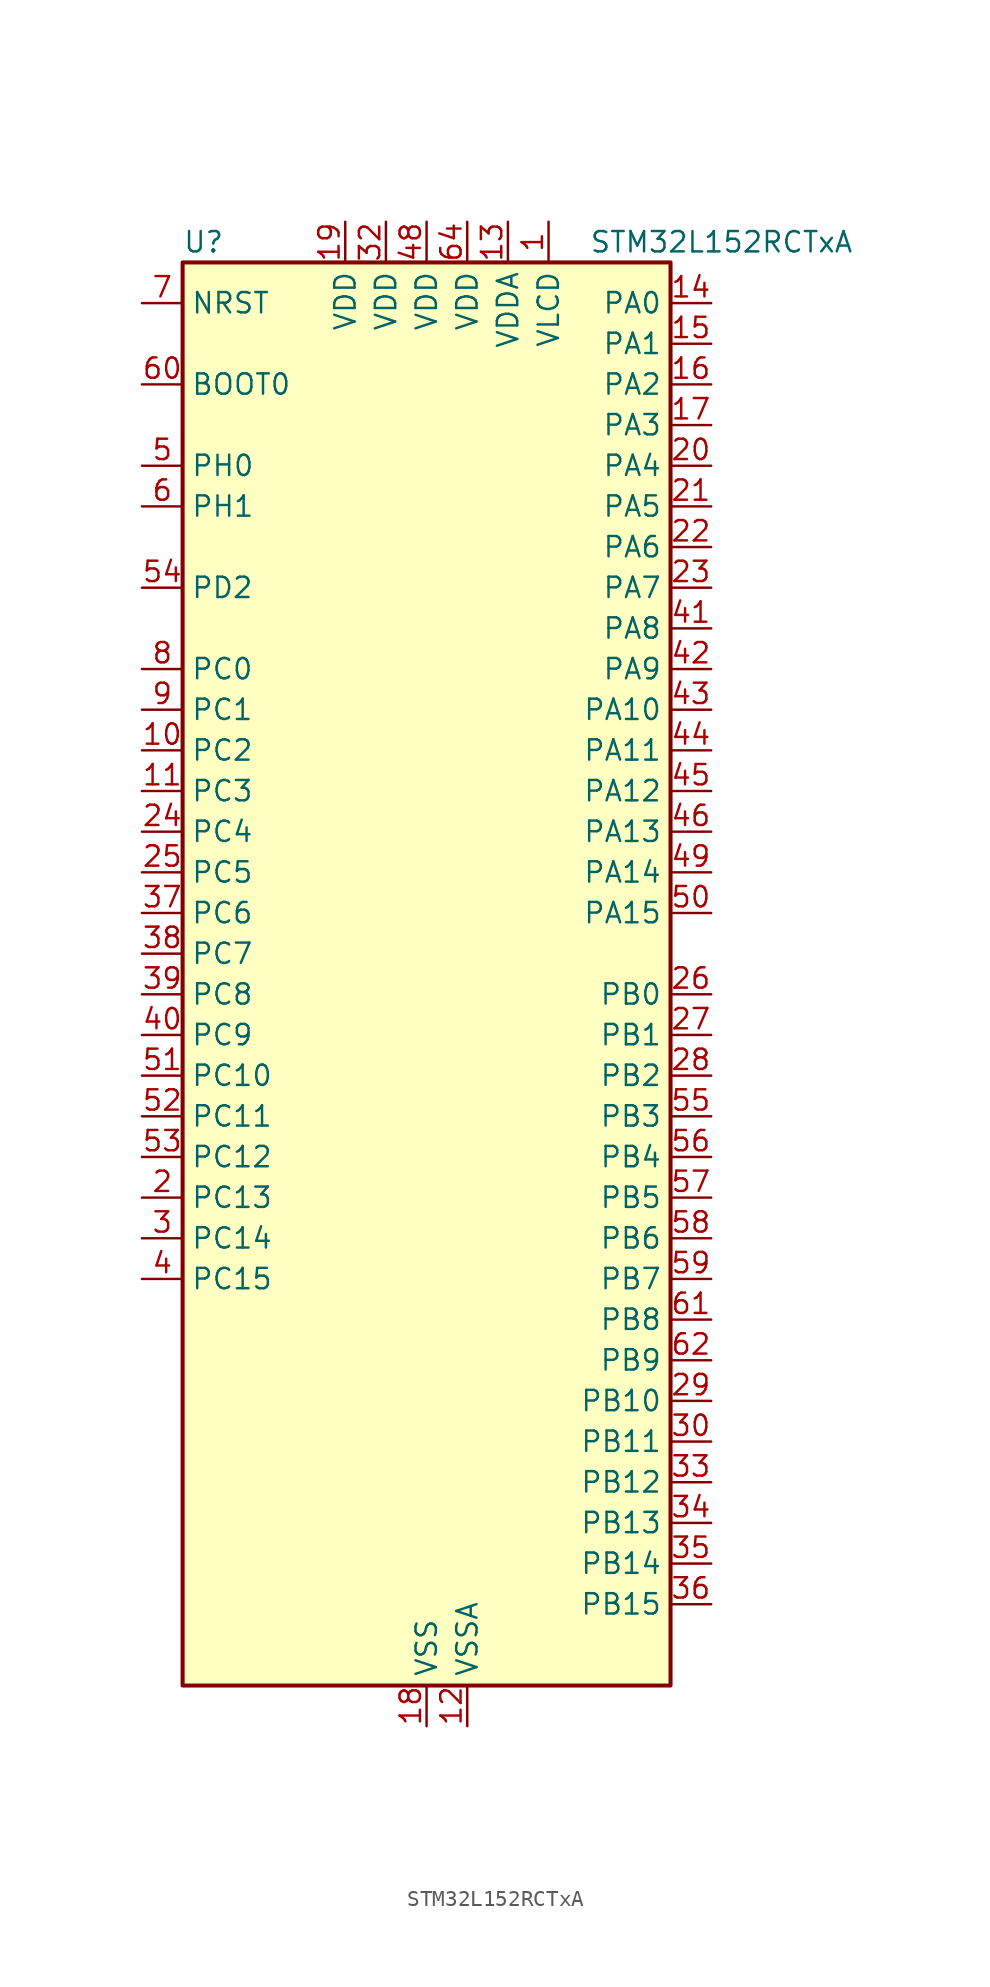
<source format=kicad_sym>
(kicad_symbol_lib
  (version 20231120)
  (generator "kicad-library-utils")
  (generator_version "8.0")
  (symbol "STM32L152RCTxA"
    (property "Reference" "U"
      (at -15.24 46.99 0)
      (effects (font (size 1.27 1.27)) (justify left)))
    (property "Value" "STM32L152RCTxA"
      (at 10.16 46.99 0)
      (effects (font (size 1.27 1.27)) (justify left)))
    (symbol "STM32L152RCTxA_0_1"
      (rectangle (start -15.24 -43.18) (end 15.24 45.72) (stroke (width 0.254) (type default)) (fill (type background))))
    (symbol "STM32L152RCTxA_1_1"
      (pin power_in line (at 7.62 48.26 270) (length 2.54) (name "VLCD" (effects (font (size 1.27 1.27)))) (number "1" (effects (font (size 1.27 1.27)))))
      (pin bidirectional line (at -17.78 15.24 0) (length 2.54) (name "PC2" (effects (font (size 1.27 1.27)))) (number "10" (effects (font (size 1.27 1.27)))) (alternate "ADC_IN12" bidirectional line) (alternate "COMP1_INP" bidirectional line) (alternate "LCD_SEG20" bidirectional line) (alternate "TIMX_IC3" bidirectional line) (alternate "TS_G8_IO3" bidirectional line))
      (pin bidirectional line (at -17.78 12.7 0) (length 2.54) (name "PC3" (effects (font (size 1.27 1.27)))) (number "11" (effects (font (size 1.27 1.27)))) (alternate "ADC_IN13" bidirectional line) (alternate "COMP1_INP" bidirectional line) (alternate "LCD_SEG21" bidirectional line) (alternate "TIMX_IC4" bidirectional line) (alternate "TS_G8_IO4" bidirectional line))
      (pin power_in line (at 2.54 -45.72 90) (length 2.54) (name "VSSA" (effects (font (size 1.27 1.27)))) (number "12" (effects (font (size 1.27 1.27)))))
      (pin power_in line (at 5.08 48.26 270) (length 2.54) (name "VDDA" (effects (font (size 1.27 1.27)))) (number "13" (effects (font (size 1.27 1.27)))))
      (pin bidirectional line (at 17.78 43.18 180) (length 2.54) (name "PA0" (effects (font (size 1.27 1.27)))) (number "14" (effects (font (size 1.27 1.27)))) (alternate "ADC_IN0" bidirectional line) (alternate "COMP1_INP" bidirectional line) (alternate "RTC_TAMP2" bidirectional line) (alternate "SYS_WKUP1" bidirectional line) (alternate "TIM2_CH1" bidirectional line) (alternate "TIM2_ETR" bidirectional line) (alternate "TIM5_CH1" bidirectional line) (alternate "TIMX_IC1" bidirectional line) (alternate "TS_G1_IO1" bidirectional line) (alternate "USART2_CTS" bidirectional line))
      (pin bidirectional line (at 17.78 40.64 180) (length 2.54) (name "PA1" (effects (font (size 1.27 1.27)))) (number "15" (effects (font (size 1.27 1.27)))) (alternate "ADC_IN1" bidirectional line) (alternate "COMP1_INP" bidirectional line) (alternate "LCD_SEG0" bidirectional line) (alternate "OPAMP1_VINP" bidirectional line) (alternate "TIM2_CH2" bidirectional line) (alternate "TIM5_CH2" bidirectional line) (alternate "TIMX_IC2" bidirectional line) (alternate "TS_G1_IO2" bidirectional line) (alternate "USART2_RTS" bidirectional line))
      (pin bidirectional line (at 17.78 38.1 180) (length 2.54) (name "PA2" (effects (font (size 1.27 1.27)))) (number "16" (effects (font (size 1.27 1.27)))) (alternate "ADC_IN2" bidirectional line) (alternate "COMP1_INP" bidirectional line) (alternate "LCD_SEG1" bidirectional line) (alternate "OPAMP1_VINM" bidirectional line) (alternate "TIM2_CH3" bidirectional line) (alternate "TIM5_CH3" bidirectional line) (alternate "TIM9_CH1" bidirectional line) (alternate "TIMX_IC3" bidirectional line) (alternate "TS_G1_IO3" bidirectional line) (alternate "USART2_TX" bidirectional line))
      (pin bidirectional line (at 17.78 35.56 180) (length 2.54) (name "PA3" (effects (font (size 1.27 1.27)))) (number "17" (effects (font (size 1.27 1.27)))) (alternate "ADC_IN3" bidirectional line) (alternate "COMP1_INP" bidirectional line) (alternate "LCD_SEG2" bidirectional line) (alternate "OPAMP1_VOUT" bidirectional line) (alternate "TIM2_CH4" bidirectional line) (alternate "TIM5_CH4" bidirectional line) (alternate "TIM9_CH2" bidirectional line) (alternate "TIMX_IC4" bidirectional line) (alternate "TS_G1_IO4" bidirectional line) (alternate "USART2_RX" bidirectional line))
      (pin power_in line (at 0 -45.72 90) (length 2.54) (name "VSS" (effects (font (size 1.27 1.27)))) (number "18" (effects (font (size 1.27 1.27)))))
      (pin power_in line (at -5.08 48.26 270) (length 2.54) (name "VDD" (effects (font (size 1.27 1.27)))) (number "19" (effects (font (size 1.27 1.27)))))
      (pin bidirectional line (at -17.78 -12.7 0) (length 2.54) (name "PC13" (effects (font (size 1.27 1.27)))) (number "2" (effects (font (size 1.27 1.27)))) (alternate "RTC_OUT_ALARM" bidirectional line) (alternate "RTC_OUT_CALIB" bidirectional line) (alternate "RTC_TAMP1" bidirectional line) (alternate "RTC_TS" bidirectional line) (alternate "SYS_WKUP2" bidirectional line) (alternate "TIMX_IC2" bidirectional line))
      (pin bidirectional line (at 17.78 33.02 180) (length 2.54) (name "PA4" (effects (font (size 1.27 1.27)))) (number "20" (effects (font (size 1.27 1.27)))) (alternate "ADC_IN4" bidirectional line) (alternate "COMP1_INP" bidirectional line) (alternate "DAC_OUT1" bidirectional line) (alternate "I2S3_WS" bidirectional line) (alternate "SPI1_NSS" bidirectional line) (alternate "SPI3_NSS" bidirectional line) (alternate "TIMX_IC1" bidirectional line) (alternate "USART2_CK" bidirectional line))
      (pin bidirectional line (at 17.78 30.48 180) (length 2.54) (name "PA5" (effects (font (size 1.27 1.27)))) (number "21" (effects (font (size 1.27 1.27)))) (alternate "ADC_IN5" bidirectional line) (alternate "COMP1_INP" bidirectional line) (alternate "DAC_OUT2" bidirectional line) (alternate "SPI1_SCK" bidirectional line) (alternate "TIM2_CH1" bidirectional line) (alternate "TIM2_ETR" bidirectional line) (alternate "TIMX_IC2" bidirectional line))
      (pin bidirectional line (at 17.78 27.94 180) (length 2.54) (name "PA6" (effects (font (size 1.27 1.27)))) (number "22" (effects (font (size 1.27 1.27)))) (alternate "ADC_IN6" bidirectional line) (alternate "COMP1_INP" bidirectional line) (alternate "LCD_SEG3" bidirectional line) (alternate "OPAMP2_VINP" bidirectional line) (alternate "SPI1_MISO" bidirectional line) (alternate "TIM10_CH1" bidirectional line) (alternate "TIM3_CH1" bidirectional line) (alternate "TIMX_IC3" bidirectional line) (alternate "TS_G2_IO1" bidirectional line))
      (pin bidirectional line (at 17.78 25.4 180) (length 2.54) (name "PA7" (effects (font (size 1.27 1.27)))) (number "23" (effects (font (size 1.27 1.27)))) (alternate "ADC_IN7" bidirectional line) (alternate "COMP1_INP" bidirectional line) (alternate "LCD_SEG4" bidirectional line) (alternate "OPAMP2_VINM" bidirectional line) (alternate "SPI1_MOSI" bidirectional line) (alternate "TIM11_CH1" bidirectional line) (alternate "TIM3_CH2" bidirectional line) (alternate "TIMX_IC4" bidirectional line) (alternate "TS_G2_IO2" bidirectional line))
      (pin bidirectional line (at -17.78 10.16 0) (length 2.54) (name "PC4" (effects (font (size 1.27 1.27)))) (number "24" (effects (font (size 1.27 1.27)))) (alternate "ADC_IN14" bidirectional line) (alternate "COMP1_INP" bidirectional line) (alternate "LCD_SEG22" bidirectional line) (alternate "TIMX_IC1" bidirectional line) (alternate "TS_G9_IO1" bidirectional line))
      (pin bidirectional line (at -17.78 7.62 0) (length 2.54) (name "PC5" (effects (font (size 1.27 1.27)))) (number "25" (effects (font (size 1.27 1.27)))) (alternate "ADC_IN15" bidirectional line) (alternate "COMP1_INP" bidirectional line) (alternate "LCD_SEG23" bidirectional line) (alternate "TIMX_IC2" bidirectional line) (alternate "TS_G9_IO2" bidirectional line))
      (pin bidirectional line (at 17.78 0 180) (length 2.54) (name "PB0" (effects (font (size 1.27 1.27)))) (number "26" (effects (font (size 1.27 1.27)))) (alternate "ADC_IN8" bidirectional line) (alternate "COMP1_INP" bidirectional line) (alternate "LCD_SEG5" bidirectional line) (alternate "OPAMP2_VOUT" bidirectional line) (alternate "SYS_V_REF_OUT" bidirectional line) (alternate "TIM3_CH3" bidirectional line) (alternate "TS_G3_IO1" bidirectional line))
      (pin bidirectional line (at 17.78 -2.54 180) (length 2.54) (name "PB1" (effects (font (size 1.27 1.27)))) (number "27" (effects (font (size 1.27 1.27)))) (alternate "ADC_IN9" bidirectional line) (alternate "COMP1_INP" bidirectional line) (alternate "LCD_SEG6" bidirectional line) (alternate "SYS_V_REF_OUT" bidirectional line) (alternate "TIM3_CH4" bidirectional line) (alternate "TS_G3_IO2" bidirectional line))
      (pin bidirectional line (at 17.78 -5.08 180) (length 2.54) (name "PB2" (effects (font (size 1.27 1.27)))) (number "28" (effects (font (size 1.27 1.27)))) (alternate "TS_G3_IO3" bidirectional line))
      (pin bidirectional line (at 17.78 -25.4 180) (length 2.54) (name "PB10" (effects (font (size 1.27 1.27)))) (number "29" (effects (font (size 1.27 1.27)))) (alternate "I2C2_SCL" bidirectional line) (alternate "LCD_SEG10" bidirectional line) (alternate "TIM2_CH3" bidirectional line) (alternate "USART3_TX" bidirectional line))
      (pin bidirectional line (at -17.78 -15.24 0) (length 2.54) (name "PC14" (effects (font (size 1.27 1.27)))) (number "3" (effects (font (size 1.27 1.27)))) (alternate "RCC_OSC32_IN" bidirectional line) (alternate "TIMX_IC3" bidirectional line))
      (pin bidirectional line (at 17.78 -27.94 180) (length 2.54) (name "PB11" (effects (font (size 1.27 1.27)))) (number "30" (effects (font (size 1.27 1.27)))) (alternate "ADC_EXTI11" bidirectional line) (alternate "I2C2_SDA" bidirectional line) (alternate "LCD_SEG11" bidirectional line) (alternate "TIM2_CH4" bidirectional line) (alternate "USART3_RX" bidirectional line))
      (pin passive line (at 0 -45.72 90) (length 2.54) hide (name "VSS" (effects (font (size 1.27 1.27)))) (number "31" (effects (font (size 1.27 1.27)))))
      (pin power_in line (at -2.54 48.26 270) (length 2.54) (name "VDD" (effects (font (size 1.27 1.27)))) (number "32" (effects (font (size 1.27 1.27)))))
      (pin bidirectional line (at 17.78 -30.48 180) (length 2.54) (name "PB12" (effects (font (size 1.27 1.27)))) (number "33" (effects (font (size 1.27 1.27)))) (alternate "ADC_IN18" bidirectional line) (alternate "COMP1_INP" bidirectional line) (alternate "I2C2_SMBA" bidirectional line) (alternate "I2S2_WS" bidirectional line) (alternate "LCD_SEG12" bidirectional line) (alternate "SPI2_NSS" bidirectional line) (alternate "TIM10_CH1" bidirectional line) (alternate "TS_G7_IO1" bidirectional line) (alternate "USART3_CK" bidirectional line))
      (pin bidirectional line (at 17.78 -33.02 180) (length 2.54) (name "PB13" (effects (font (size 1.27 1.27)))) (number "34" (effects (font (size 1.27 1.27)))) (alternate "ADC_IN19" bidirectional line) (alternate "COMP1_INP" bidirectional line) (alternate "I2S2_CK" bidirectional line) (alternate "LCD_SEG13" bidirectional line) (alternate "SPI2_SCK" bidirectional line) (alternate "TIM9_CH1" bidirectional line) (alternate "TS_G7_IO2" bidirectional line) (alternate "USART3_CTS" bidirectional line))
      (pin bidirectional line (at 17.78 -35.56 180) (length 2.54) (name "PB14" (effects (font (size 1.27 1.27)))) (number "35" (effects (font (size 1.27 1.27)))) (alternate "ADC_IN20" bidirectional line) (alternate "COMP1_INP" bidirectional line) (alternate "LCD_SEG14" bidirectional line) (alternate "SPI2_MISO" bidirectional line) (alternate "TIM9_CH2" bidirectional line) (alternate "TS_G7_IO3" bidirectional line) (alternate "USART3_RTS" bidirectional line))
      (pin bidirectional line (at 17.78 -38.1 180) (length 2.54) (name "PB15" (effects (font (size 1.27 1.27)))) (number "36" (effects (font (size 1.27 1.27)))) (alternate "ADC_EXTI15" bidirectional line) (alternate "ADC_IN21" bidirectional line) (alternate "COMP1_INP" bidirectional line) (alternate "I2S2_SD" bidirectional line) (alternate "LCD_SEG15" bidirectional line) (alternate "RTC_REFIN" bidirectional line) (alternate "SPI2_MOSI" bidirectional line) (alternate "TIM11_CH1" bidirectional line) (alternate "TS_G7_IO4" bidirectional line))
      (pin bidirectional line (at -17.78 5.08 0) (length 2.54) (name "PC6" (effects (font (size 1.27 1.27)))) (number "37" (effects (font (size 1.27 1.27)))) (alternate "I2S2_MCK" bidirectional line) (alternate "LCD_SEG24" bidirectional line) (alternate "TIM3_CH1" bidirectional line) (alternate "TIMX_IC3" bidirectional line) (alternate "TS_G10_IO1" bidirectional line))
      (pin bidirectional line (at -17.78 2.54 0) (length 2.54) (name "PC7" (effects (font (size 1.27 1.27)))) (number "38" (effects (font (size 1.27 1.27)))) (alternate "I2S3_MCK" bidirectional line) (alternate "LCD_SEG25" bidirectional line) (alternate "TIM3_CH2" bidirectional line) (alternate "TIMX_IC4" bidirectional line) (alternate "TS_G10_IO2" bidirectional line))
      (pin bidirectional line (at -17.78 0 0) (length 2.54) (name "PC8" (effects (font (size 1.27 1.27)))) (number "39" (effects (font (size 1.27 1.27)))) (alternate "LCD_SEG26" bidirectional line) (alternate "TIM3_CH3" bidirectional line) (alternate "TIMX_IC1" bidirectional line) (alternate "TS_G10_IO3" bidirectional line))
      (pin bidirectional line (at -17.78 -17.78 0) (length 2.54) (name "PC15" (effects (font (size 1.27 1.27)))) (number "4" (effects (font (size 1.27 1.27)))) (alternate "ADC_EXTI15" bidirectional line) (alternate "RCC_OSC32_OUT" bidirectional line) (alternate "TIMX_IC4" bidirectional line))
      (pin bidirectional line (at -17.78 -2.54 0) (length 2.54) (name "PC9" (effects (font (size 1.27 1.27)))) (number "40" (effects (font (size 1.27 1.27)))) (alternate "DAC_EXTI9" bidirectional line) (alternate "LCD_SEG27" bidirectional line) (alternate "TIM3_CH4" bidirectional line) (alternate "TIMX_IC2" bidirectional line) (alternate "TS_G10_IO4" bidirectional line))
      (pin bidirectional line (at 17.78 22.86 180) (length 2.54) (name "PA8" (effects (font (size 1.27 1.27)))) (number "41" (effects (font (size 1.27 1.27)))) (alternate "LCD_COM0" bidirectional line) (alternate "RCC_MCO" bidirectional line) (alternate "TIMX_IC1" bidirectional line) (alternate "TS_G4_IO1" bidirectional line) (alternate "USART1_CK" bidirectional line))
      (pin bidirectional line (at 17.78 20.32 180) (length 2.54) (name "PA9" (effects (font (size 1.27 1.27)))) (number "42" (effects (font (size 1.27 1.27)))) (alternate "DAC_EXTI9" bidirectional line) (alternate "LCD_COM1" bidirectional line) (alternate "TIMX_IC2" bidirectional line) (alternate "TS_G4_IO2" bidirectional line) (alternate "USART1_TX" bidirectional line))
      (pin bidirectional line (at 17.78 17.78 180) (length 2.54) (name "PA10" (effects (font (size 1.27 1.27)))) (number "43" (effects (font (size 1.27 1.27)))) (alternate "LCD_COM2" bidirectional line) (alternate "TIMX_IC3" bidirectional line) (alternate "TS_G4_IO3" bidirectional line) (alternate "USART1_RX" bidirectional line))
      (pin bidirectional line (at 17.78 15.24 180) (length 2.54) (name "PA11" (effects (font (size 1.27 1.27)))) (number "44" (effects (font (size 1.27 1.27)))) (alternate "ADC_EXTI11" bidirectional line) (alternate "SPI1_MISO" bidirectional line) (alternate "TIMX_IC4" bidirectional line) (alternate "USART1_CTS" bidirectional line) (alternate "USB_DM" bidirectional line))
      (pin bidirectional line (at 17.78 12.7 180) (length 2.54) (name "PA12" (effects (font (size 1.27 1.27)))) (number "45" (effects (font (size 1.27 1.27)))) (alternate "SPI1_MOSI" bidirectional line) (alternate "TIMX_IC1" bidirectional line) (alternate "USART1_RTS" bidirectional line) (alternate "USB_DP" bidirectional line))
      (pin bidirectional line (at 17.78 10.16 180) (length 2.54) (name "PA13" (effects (font (size 1.27 1.27)))) (number "46" (effects (font (size 1.27 1.27)))) (alternate "SYS_JTMS-SWDIO" bidirectional line) (alternate "TIMX_IC2" bidirectional line) (alternate "TS_G5_IO1" bidirectional line))
      (pin passive line (at 0 -45.72 90) (length 2.54) hide (name "VSS" (effects (font (size 1.27 1.27)))) (number "47" (effects (font (size 1.27 1.27)))))
      (pin power_in line (at 0 48.26 270) (length 2.54) (name "VDD" (effects (font (size 1.27 1.27)))) (number "48" (effects (font (size 1.27 1.27)))))
      (pin bidirectional line (at 17.78 7.62 180) (length 2.54) (name "PA14" (effects (font (size 1.27 1.27)))) (number "49" (effects (font (size 1.27 1.27)))) (alternate "SYS_JTCK-SWCLK" bidirectional line) (alternate "TIMX_IC3" bidirectional line) (alternate "TS_G5_IO2" bidirectional line))
      (pin bidirectional line (at -17.78 33.02 0) (length 2.54) (name "PH0" (effects (font (size 1.27 1.27)))) (number "5" (effects (font (size 1.27 1.27)))) (alternate "RCC_OSC_IN" bidirectional line))
      (pin bidirectional line (at 17.78 5.08 180) (length 2.54) (name "PA15" (effects (font (size 1.27 1.27)))) (number "50" (effects (font (size 1.27 1.27)))) (alternate "ADC_EXTI15" bidirectional line) (alternate "I2S3_WS" bidirectional line) (alternate "LCD_SEG17" bidirectional line) (alternate "SPI1_NSS" bidirectional line) (alternate "SPI3_NSS" bidirectional line) (alternate "SYS_JTDI" bidirectional line) (alternate "TIM2_CH1" bidirectional line) (alternate "TIM2_ETR" bidirectional line) (alternate "TIMX_IC4" bidirectional line) (alternate "TS_G5_IO3" bidirectional line))
      (pin bidirectional line (at -17.78 -5.08 0) (length 2.54) (name "PC10" (effects (font (size 1.27 1.27)))) (number "51" (effects (font (size 1.27 1.27)))) (alternate "I2S3_CK" bidirectional line) (alternate "LCD_COM4" bidirectional line) (alternate "LCD_SEG28" bidirectional line) (alternate "LCD_SEG40" bidirectional line) (alternate "SPI3_SCK" bidirectional line) (alternate "TIMX_IC3" bidirectional line) (alternate "USART3_TX" bidirectional line))
      (pin bidirectional line (at -17.78 -7.62 0) (length 2.54) (name "PC11" (effects (font (size 1.27 1.27)))) (number "52" (effects (font (size 1.27 1.27)))) (alternate "ADC_EXTI11" bidirectional line) (alternate "LCD_COM5" bidirectional line) (alternate "LCD_SEG29" bidirectional line) (alternate "LCD_SEG41" bidirectional line) (alternate "SPI3_MISO" bidirectional line) (alternate "TIMX_IC4" bidirectional line) (alternate "USART3_RX" bidirectional line))
      (pin bidirectional line (at -17.78 -10.16 0) (length 2.54) (name "PC12" (effects (font (size 1.27 1.27)))) (number "53" (effects (font (size 1.27 1.27)))) (alternate "I2S3_SD" bidirectional line) (alternate "LCD_COM6" bidirectional line) (alternate "LCD_SEG30" bidirectional line) (alternate "LCD_SEG42" bidirectional line) (alternate "SPI3_MOSI" bidirectional line) (alternate "TIMX_IC1" bidirectional line) (alternate "USART3_CK" bidirectional line))
      (pin bidirectional line (at -17.78 25.4 0) (length 2.54) (name "PD2" (effects (font (size 1.27 1.27)))) (number "54" (effects (font (size 1.27 1.27)))) (alternate "LCD_COM7" bidirectional line) (alternate "LCD_SEG31" bidirectional line) (alternate "LCD_SEG43" bidirectional line) (alternate "TIM3_ETR" bidirectional line) (alternate "TIMX_IC3" bidirectional line))
      (pin bidirectional line (at 17.78 -7.62 180) (length 2.54) (name "PB3" (effects (font (size 1.27 1.27)))) (number "55" (effects (font (size 1.27 1.27)))) (alternate "COMP2_INM" bidirectional line) (alternate "I2S3_CK" bidirectional line) (alternate "LCD_SEG7" bidirectional line) (alternate "SPI1_SCK" bidirectional line) (alternate "SPI3_SCK" bidirectional line) (alternate "SYS_JTDO-TRACESWO" bidirectional line) (alternate "TIM2_CH2" bidirectional line))
      (pin bidirectional line (at 17.78 -10.16 180) (length 2.54) (name "PB4" (effects (font (size 1.27 1.27)))) (number "56" (effects (font (size 1.27 1.27)))) (alternate "COMP2_INP" bidirectional line) (alternate "LCD_SEG8" bidirectional line) (alternate "SPI1_MISO" bidirectional line) (alternate "SPI3_MISO" bidirectional line) (alternate "SYS_JTRST" bidirectional line) (alternate "TIM3_CH1" bidirectional line) (alternate "TS_G6_IO1" bidirectional line))
      (pin bidirectional line (at 17.78 -12.7 180) (length 2.54) (name "PB5" (effects (font (size 1.27 1.27)))) (number "57" (effects (font (size 1.27 1.27)))) (alternate "COMP2_INP" bidirectional line) (alternate "I2C1_SMBA" bidirectional line) (alternate "I2S3_SD" bidirectional line) (alternate "LCD_SEG9" bidirectional line) (alternate "SPI1_MOSI" bidirectional line) (alternate "SPI3_MOSI" bidirectional line) (alternate "TIM3_CH2" bidirectional line) (alternate "TS_G6_IO2" bidirectional line))
      (pin bidirectional line (at 17.78 -15.24 180) (length 2.54) (name "PB6" (effects (font (size 1.27 1.27)))) (number "58" (effects (font (size 1.27 1.27)))) (alternate "COMP2_INP" bidirectional line) (alternate "I2C1_SCL" bidirectional line) (alternate "TIM4_CH1" bidirectional line) (alternate "TS_G6_IO3" bidirectional line) (alternate "USART1_TX" bidirectional line))
      (pin bidirectional line (at 17.78 -17.78 180) (length 2.54) (name "PB7" (effects (font (size 1.27 1.27)))) (number "59" (effects (font (size 1.27 1.27)))) (alternate "COMP2_INP" bidirectional line) (alternate "I2C1_SDA" bidirectional line) (alternate "SYS_PVD_IN" bidirectional line) (alternate "TIM4_CH2" bidirectional line) (alternate "TS_G6_IO4" bidirectional line) (alternate "USART1_RX" bidirectional line))
      (pin bidirectional line (at -17.78 30.48 0) (length 2.54) (name "PH1" (effects (font (size 1.27 1.27)))) (number "6" (effects (font (size 1.27 1.27)))) (alternate "RCC_OSC_OUT" bidirectional line))
      (pin input line (at -17.78 38.1 0) (length 2.54) (name "BOOT0" (effects (font (size 1.27 1.27)))) (number "60" (effects (font (size 1.27 1.27)))))
      (pin bidirectional line (at 17.78 -20.32 180) (length 2.54) (name "PB8" (effects (font (size 1.27 1.27)))) (number "61" (effects (font (size 1.27 1.27)))) (alternate "I2C1_SCL" bidirectional line) (alternate "LCD_SEG16" bidirectional line) (alternate "TIM10_CH1" bidirectional line) (alternate "TIM4_CH3" bidirectional line))
      (pin bidirectional line (at 17.78 -22.86 180) (length 2.54) (name "PB9" (effects (font (size 1.27 1.27)))) (number "62" (effects (font (size 1.27 1.27)))) (alternate "DAC_EXTI9" bidirectional line) (alternate "I2C1_SDA" bidirectional line) (alternate "LCD_COM3" bidirectional line) (alternate "TIM11_CH1" bidirectional line) (alternate "TIM4_CH4" bidirectional line))
      (pin passive line (at 0 -45.72 90) (length 2.54) hide (name "VSS" (effects (font (size 1.27 1.27)))) (number "63" (effects (font (size 1.27 1.27)))))
      (pin power_in line (at 2.54 48.26 270) (length 2.54) (name "VDD" (effects (font (size 1.27 1.27)))) (number "64" (effects (font (size 1.27 1.27)))))
      (pin input line (at -17.78 43.18 0) (length 2.54) (name "NRST" (effects (font (size 1.27 1.27)))) (number "7" (effects (font (size 1.27 1.27)))))
      (pin bidirectional line (at -17.78 20.32 0) (length 2.54) (name "PC0" (effects (font (size 1.27 1.27)))) (number "8" (effects (font (size 1.27 1.27)))) (alternate "ADC_IN10" bidirectional line) (alternate "COMP1_INP" bidirectional line) (alternate "LCD_SEG18" bidirectional line) (alternate "TIMX_IC1" bidirectional line) (alternate "TS_G8_IO1" bidirectional line))
      (pin bidirectional line (at -17.78 17.78 0) (length 2.54) (name "PC1" (effects (font (size 1.27 1.27)))) (number "9" (effects (font (size 1.27 1.27)))) (alternate "ADC_IN11" bidirectional line) (alternate "COMP1_INP" bidirectional line) (alternate "LCD_SEG19" bidirectional line) (alternate "TIMX_IC2" bidirectional line) (alternate "TS_G8_IO2" bidirectional line)))))
</source>
